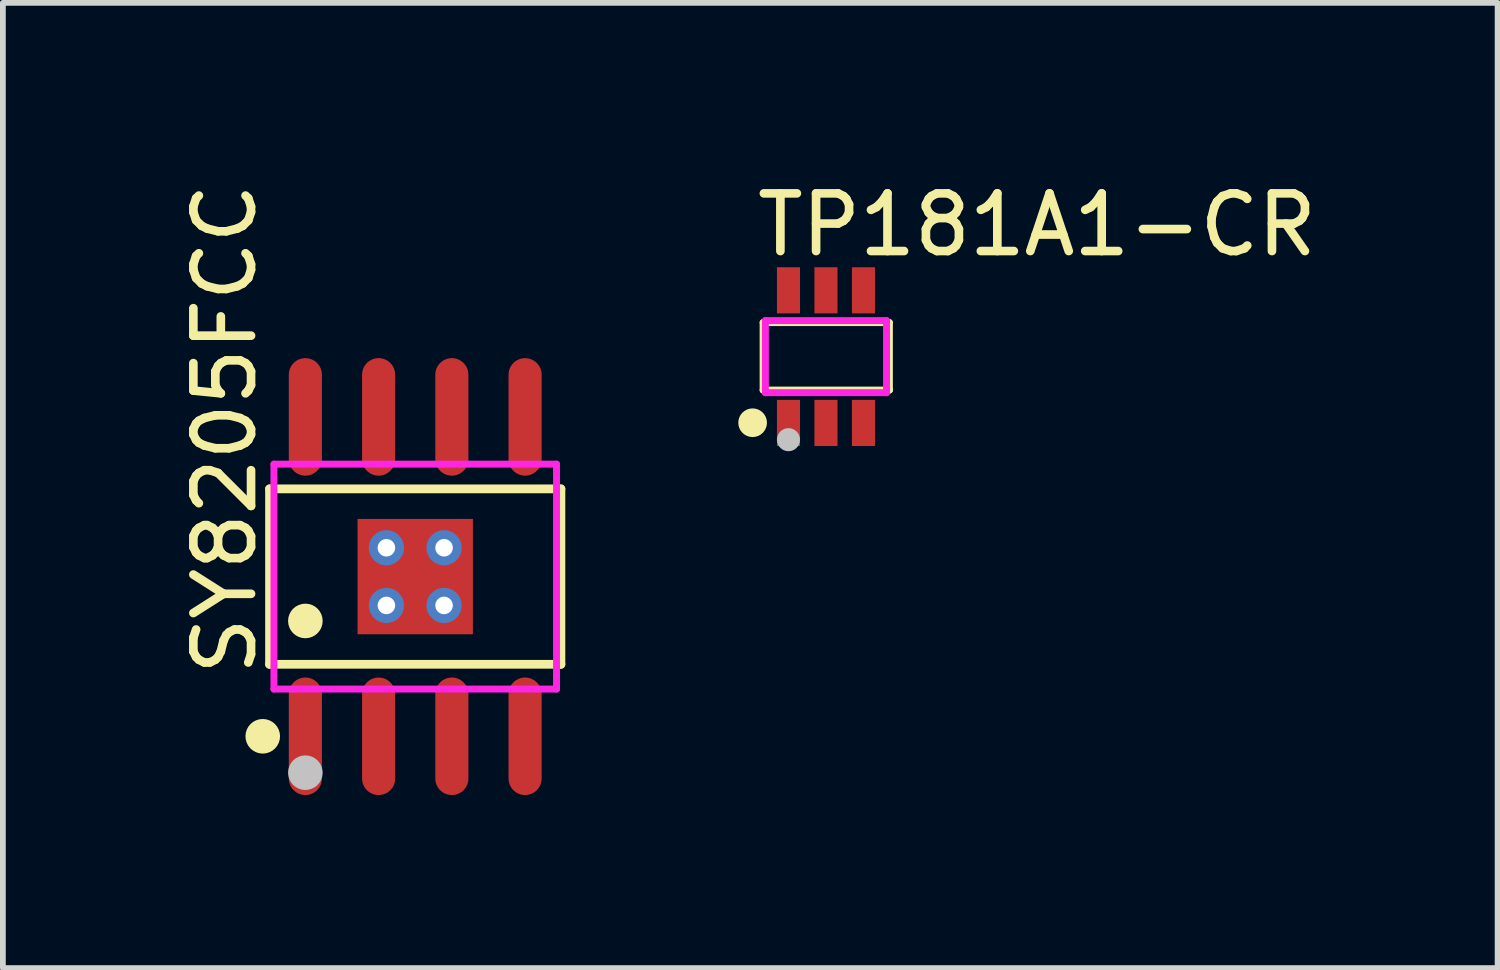
<source format=kicad_pcb>
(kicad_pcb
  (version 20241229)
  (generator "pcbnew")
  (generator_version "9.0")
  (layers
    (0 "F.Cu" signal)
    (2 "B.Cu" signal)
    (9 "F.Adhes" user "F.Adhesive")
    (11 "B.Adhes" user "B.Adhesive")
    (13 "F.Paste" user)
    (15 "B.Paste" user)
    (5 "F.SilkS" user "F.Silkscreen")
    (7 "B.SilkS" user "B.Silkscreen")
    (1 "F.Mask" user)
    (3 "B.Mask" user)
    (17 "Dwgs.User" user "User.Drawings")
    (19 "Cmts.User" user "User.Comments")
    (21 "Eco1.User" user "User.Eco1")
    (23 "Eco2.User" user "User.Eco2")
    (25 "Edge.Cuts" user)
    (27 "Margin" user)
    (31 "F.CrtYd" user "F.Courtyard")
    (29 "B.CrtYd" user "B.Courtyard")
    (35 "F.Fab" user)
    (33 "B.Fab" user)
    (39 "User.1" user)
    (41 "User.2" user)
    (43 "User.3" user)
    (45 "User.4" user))
  (footprint "TP181A1-CR"
    (layer "F.Cu")
    (at 11.272 3.134)
    (property "Reference" "TP181A1-CR" (at -1.27 -2.286 0) (layer "F.SilkS") (effects (font (size 1 1) (thickness 0.15)) (justify left)))
    (attr through_hole)
    (fp_line (start -1.09 -0.59) (end 1.1 -0.59) (stroke (width 0.12) (type solid)) (layer "F.SilkS"))
    (fp_line (start -1.09 0.58) (end -1.09 -0.59) (stroke (width 0.12) (type solid)) (layer "F.SilkS"))
    (fp_line (start -1.08 0.58) (end -1.09 0.58) (stroke (width 0.12) (type solid)) (layer "F.SilkS"))
    (fp_line (start 1.1 -0.59) (end 1.1 0.57) (stroke (width 0.12) (type solid)) (layer "F.SilkS"))
    (fp_line (start 1.1 0.57) (end 1.1 0.58) (stroke (width 0.12) (type solid)) (layer "F.SilkS"))
    (fp_line (start 1.1 0.58) (end -1.08 0.58) (stroke (width 0.12) (type solid)) (layer "F.SilkS"))
    (fp_arc (start -1.273 1.27) (mid -1.270265 1.021986) (end -1.270469 1.270015) (stroke (width 0.249) (type solid)) (layer "F.SilkS"))
    (fp_circle (center -0.65 1.44) (end -0.55 1.44) (stroke (width 0.2) (type solid)) (fill no) (layer "Dwgs.User"))
    (fp_line (start -0.775 -0.8) (end -0.525 -0.8) (stroke (width 0.12) (type solid)) (layer "Eco2.User"))
    (fp_line (start -0.775 -0.615) (end -0.775 -0.8) (stroke (width 0.12) (type solid)) (layer "Eco2.User"))
    (fp_line (start -0.775 0.615) (end -0.525 0.615) (stroke (width 0.12) (type solid)) (layer "Eco2.User"))
    (fp_line (start -0.775 0.8) (end -0.775 0.615) (stroke (width 0.12) (type solid)) (layer "Eco2.User"))
    (fp_line (start -0.525 -0.8) (end -0.525 -0.615) (stroke (width 0.12) (type solid)) (layer "Eco2.User"))
    (fp_line (start -0.525 -0.615) (end -0.775 -0.615) (stroke (width 0.12) (type solid)) (layer "Eco2.User"))
    (fp_line (start -0.525 0.615) (end -0.525 0.8) (stroke (width 0.12) (type solid)) (layer "Eco2.User"))
    (fp_line (start -0.525 0.8) (end -0.775 0.8) (stroke (width 0.12) (type solid)) (layer "Eco2.User"))
    (fp_line (start -0.125 -0.8) (end 0.125 -0.8) (stroke (width 0.12) (type solid)) (layer "Eco2.User"))
    (fp_line (start -0.125 -0.615) (end -0.125 -0.8) (stroke (width 0.12) (type solid)) (layer "Eco2.User"))
    (fp_line (start -0.125 0.615) (end 0.125 0.615) (stroke (width 0.12) (type solid)) (layer "Eco2.User"))
    (fp_line (start -0.125 0.8) (end -0.125 0.615) (stroke (width 0.12) (type solid)) (layer "Eco2.User"))
    (fp_line (start 0.125 -0.8) (end 0.125 -0.615) (stroke (width 0.12) (type solid)) (layer "Eco2.User"))
    (fp_line (start 0.125 -0.615) (end -0.125 -0.615) (stroke (width 0.12) (type solid)) (layer "Eco2.User"))
    (fp_line (start 0.125 0.615) (end 0.125 0.8) (stroke (width 0.12) (type solid)) (layer "Eco2.User"))
    (fp_line (start 0.125 0.8) (end -0.125 0.8) (stroke (width 0.12) (type solid)) (layer "Eco2.User"))
    (fp_line (start 0.525 -0.8) (end 0.775 -0.8) (stroke (width 0.12) (type solid)) (layer "Eco2.User"))
    (fp_line (start 0.525 -0.615) (end 0.525 -0.8) (stroke (width 0.12) (type solid)) (layer "Eco2.User"))
    (fp_line (start 0.525 0.615) (end 0.775 0.615) (stroke (width 0.12) (type solid)) (layer "Eco2.User"))
    (fp_line (start 0.525 0.8) (end 0.525 0.615) (stroke (width 0.12) (type solid)) (layer "Eco2.User"))
    (fp_line (start 0.775 -0.8) (end 0.775 -0.615) (stroke (width 0.12) (type solid)) (layer "Eco2.User"))
    (fp_line (start 0.775 -0.615) (end 0.525 -0.615) (stroke (width 0.12) (type solid)) (layer "Eco2.User"))
    (fp_line (start 0.775 0.615) (end 0.775 0.8) (stroke (width 0.12) (type solid)) (layer "Eco2.User"))
    (fp_line (start 0.775 0.8) (end 0.525 0.8) (stroke (width 0.12) (type solid)) (layer "Eco2.User"))
    (fp_circle (center -1.05 1.15) (end -1.02 1.15) (stroke (width 0.06) (type solid)) (fill no) (layer "Eco2.User"))
    (fp_poly (pts (xy -0.775 -0.79) (xy -0.775 -1.15) (xy -0.525 -1.15) (xy -0.525 -0.79)) (stroke (width 0.12) (type solid)) (fill no) (layer "Eco2.User"))
    (fp_poly (pts (xy -0.775 1.15) (xy -0.775 0.79) (xy -0.525 0.79) (xy -0.525 1.15)) (stroke (width 0.12) (type solid)) (fill no) (layer "Eco2.User"))
    (fp_poly (pts (xy -0.125 -0.79) (xy -0.125 -1.15) (xy 0.125 -1.15) (xy 0.125 -0.79)) (stroke (width 0.12) (type solid)) (fill no) (layer "Eco2.User"))
    (fp_poly (pts (xy 0.125 0.79) (xy 0.125 1.15) (xy -0.125 1.15) (xy -0.125 0.79)) (stroke (width 0.12) (type solid)) (fill no) (layer "Eco2.User"))
    (fp_poly (pts (xy 0.525 -0.79) (xy 0.525 -1.15) (xy 0.775 -1.15) (xy 0.775 -0.79)) (stroke (width 0.12) (type solid)) (fill no) (layer "Eco2.User"))
    (fp_poly (pts (xy 0.525 1.15) (xy 0.525 0.79) (xy 0.775 0.79) (xy 0.775 1.15)) (stroke (width 0.12) (type solid)) (fill no) (layer "Eco2.User"))
    (fp_line (start -1.05 -0.625) (end 1.05 -0.625) (stroke (width 0.12) (type solid)) (layer "F.CrtYd"))
    (fp_line (start -1.05 0.625) (end -1.05 -0.625) (stroke (width 0.12) (type solid)) (layer "F.CrtYd"))
    (fp_line (start 1.05 -0.625) (end 1.05 0.625) (stroke (width 0.12) (type solid)) (layer "F.CrtYd"))
    (fp_line (start 1.05 0.625) (end -1.05 0.625) (stroke (width 0.12) (type solid)) (layer "F.CrtYd"))
    (pad "1" smd rect (at -0.65 1.15) (size 0.4 0.8) (layers "F.Cu" "F.Mask" "F.Paste"))
    (pad "2" smd rect (at 0 1.15) (size 0.4 0.8) (layers "F.Cu" "F.Mask" "F.Paste"))
    (pad "3" smd rect (at 0.65 1.15) (size 0.4 0.8) (layers "F.Cu" "F.Mask" "F.Paste"))
    (pad "4" smd rect (at 0.65 -1.15) (size 0.4 0.8) (layers "F.Cu" "F.Mask" "F.Paste"))
    (pad "5" smd rect (at 0 -1.15 180) (size 0.4 0.8) (layers "F.Cu" "F.Mask" "F.Paste"))
    (pad "6" smd rect (at -0.65 -1.15) (size 0.4 0.8) (layers "F.Cu" "F.Mask" "F.Paste")))
  (footprint "SY8205FCC"
    (layer "F.Cu")
    (at 4.15 6.948)
    (property "Reference" "SY8205FCC" (at -3.302 1.778 90) (layer "F.SilkS") (effects (font (size 1 1) (thickness 0.15)) (justify left)))
    (attr through_hole)
    (fp_line (start -2.526 -1.521) (end 2.526 -1.521) (stroke (width 0.152) (type solid)) (layer "F.SilkS"))
    (fp_line (start -2.526 1.521) (end -2.526 -1.521) (stroke (width 0.152) (type solid)) (layer "F.SilkS"))
    (fp_line (start 2.526 -1.521) (end 2.526 1.521) (stroke (width 0.152) (type solid)) (layer "F.SilkS"))
    (fp_line (start 2.526 1.521) (end -2.526 1.521) (stroke (width 0.152) (type solid)) (layer "F.SilkS"))
    (fp_circle (center -2.644 2.769) (end -2.494 2.769) (stroke (width 0.3) (type solid)) (fill no) (layer "F.SilkS"))
    (fp_circle (center -1.905 0.769) (end -1.755 0.769) (stroke (width 0.3) (type solid)) (fill no) (layer "F.SilkS"))
    (fp_circle (center -1.905 3.4) (end -1.755 3.4) (stroke (width 0.3) (type solid)) (fill no) (layer "Dwgs.User"))
    (fp_line (start -2.11 -2.175) (end -2.11 -1.94) (stroke (width 0.12) (type solid)) (layer "Eco2.User"))
    (fp_line (start -2.11 -1.94) (end -1.7 -1.94) (stroke (width 0.12) (type solid)) (layer "Eco2.User"))
    (fp_line (start -2.11 1.94) (end -1.7 1.94) (stroke (width 0.12) (type solid)) (layer "Eco2.User"))
    (fp_line (start -2.11 2.175) (end -2.11 1.94) (stroke (width 0.12) (type solid)) (layer "Eco2.User"))
    (fp_line (start -1.7 -2.175) (end -2.11 -2.175) (stroke (width 0.12) (type solid)) (layer "Eco2.User"))
    (fp_line (start -1.7 -1.94) (end -1.7 -2.175) (stroke (width 0.12) (type solid)) (layer "Eco2.User"))
    (fp_line (start -1.7 1.94) (end -1.7 2.175) (stroke (width 0.12) (type solid)) (layer "Eco2.User"))
    (fp_line (start -1.7 2.175) (end -2.11 2.175) (stroke (width 0.12) (type solid)) (layer "Eco2.User"))
    (fp_line (start -0.84 -2.175) (end -0.84 -1.94) (stroke (width 0.12) (type solid)) (layer "Eco2.User"))
    (fp_line (start -0.84 -1.94) (end -0.43 -1.94) (stroke (width 0.12) (type solid)) (layer "Eco2.User"))
    (fp_line (start -0.84 1.94) (end -0.43 1.94) (stroke (width 0.12) (type solid)) (layer "Eco2.User"))
    (fp_line (start -0.84 2.175) (end -0.84 1.94) (stroke (width 0.12) (type solid)) (layer "Eco2.User"))
    (fp_line (start -0.43 -2.175) (end -0.84 -2.175) (stroke (width 0.12) (type solid)) (layer "Eco2.User"))
    (fp_line (start -0.43 -1.94) (end -0.43 -2.175) (stroke (width 0.12) (type solid)) (layer "Eco2.User"))
    (fp_line (start -0.43 1.94) (end -0.43 2.175) (stroke (width 0.12) (type solid)) (layer "Eco2.User"))
    (fp_line (start -0.43 2.175) (end -0.84 2.175) (stroke (width 0.12) (type solid)) (layer "Eco2.User"))
    (fp_line (start 0.43 -2.175) (end 0.43 -1.94) (stroke (width 0.12) (type solid)) (layer "Eco2.User"))
    (fp_line (start 0.43 -1.94) (end 0.84 -1.94) (stroke (width 0.12) (type solid)) (layer "Eco2.User"))
    (fp_line (start 0.43 1.94) (end 0.84 1.94) (stroke (width 0.12) (type solid)) (layer "Eco2.User"))
    (fp_line (start 0.43 2.175) (end 0.43 1.94) (stroke (width 0.12) (type solid)) (layer "Eco2.User"))
    (fp_line (start 0.84 -2.175) (end 0.43 -2.175) (stroke (width 0.12) (type solid)) (layer "Eco2.User"))
    (fp_line (start 0.84 -1.94) (end 0.84 -2.175) (stroke (width 0.12) (type solid)) (layer "Eco2.User"))
    (fp_line (start 0.84 1.94) (end 0.84 2.175) (stroke (width 0.12) (type solid)) (layer "Eco2.User"))
    (fp_line (start 0.84 2.175) (end 0.43 2.175) (stroke (width 0.12) (type solid)) (layer "Eco2.User"))
    (fp_line (start 1.7 -2.175) (end 1.7 -1.94) (stroke (width 0.12) (type solid)) (layer "Eco2.User"))
    (fp_line (start 1.7 -1.94) (end 2.11 -1.94) (stroke (width 0.12) (type solid)) (layer "Eco2.User"))
    (fp_line (start 1.7 1.94) (end 2.11 1.94) (stroke (width 0.12) (type solid)) (layer "Eco2.User"))
    (fp_line (start 1.7 2.175) (end 1.7 1.94) (stroke (width 0.12) (type solid)) (layer "Eco2.User"))
    (fp_line (start 2.11 -2.175) (end 1.7 -2.175) (stroke (width 0.12) (type solid)) (layer "Eco2.User"))
    (fp_line (start 2.11 -1.94) (end 2.11 -2.175) (stroke (width 0.12) (type solid)) (layer "Eco2.User"))
    (fp_line (start 2.11 1.94) (end 2.11 2.175) (stroke (width 0.12) (type solid)) (layer "Eco2.User"))
    (fp_line (start 2.11 2.175) (end 1.7 2.175) (stroke (width 0.12) (type solid)) (layer "Eco2.User"))
    (fp_circle (center -2.45 3) (end -2.42 3) (stroke (width 0.06) (type solid)) (fill no) (layer "Eco2.User"))
    (fp_poly (pts (xy -2.11 -3) (xy -2.11 -2.165) (xy -1.7 -2.165) (xy -1.7 -3)) (stroke (width 0.12) (type solid)) (fill no) (layer "Eco2.User"))
    (fp_poly (pts (xy -2.11 3) (xy -2.11 2.165) (xy -1.7 2.165) (xy -1.7 3)) (stroke (width 0.12) (type solid)) (fill no) (layer "Eco2.User"))
    (fp_poly (pts (xy -1 1) (xy -1 -1) (xy 1 -1) (xy 1 1)) (stroke (width 0.12) (type solid)) (fill no) (layer "Eco2.User"))
    (fp_poly (pts (xy -0.84 -3) (xy -0.84 -2.165) (xy -0.43 -2.165) (xy -0.43 -3)) (stroke (width 0.12) (type solid)) (fill no) (layer "Eco2.User"))
    (fp_poly (pts (xy -0.84 3) (xy -0.84 2.165) (xy -0.43 2.165) (xy -0.43 3)) (stroke (width 0.12) (type solid)) (fill no) (layer "Eco2.User"))
    (fp_poly (pts (xy 0.43 -3) (xy 0.43 -2.165) (xy 0.84 -2.165) (xy 0.84 -3)) (stroke (width 0.12) (type solid)) (fill no) (layer "Eco2.User"))
    (fp_poly (pts (xy 0.43 3) (xy 0.43 2.165) (xy 0.84 2.165) (xy 0.84 3)) (stroke (width 0.12) (type solid)) (fill no) (layer "Eco2.User"))
    (fp_poly (pts (xy 1.7 -3) (xy 1.7 -2.165) (xy 2.11 -2.165) (xy 2.11 -3)) (stroke (width 0.12) (type solid)) (fill no) (layer "Eco2.User"))
    (fp_poly (pts (xy 1.7 3) (xy 1.7 2.165) (xy 2.11 2.165) (xy 2.11 3)) (stroke (width 0.12) (type solid)) (fill no) (layer "Eco2.User"))
    (fp_line (start -2.45 -1.95) (end 2.45 -1.95) (stroke (width 0.12) (type solid)) (layer "F.CrtYd"))
    (fp_line (start -2.45 1.95) (end -2.45 -1.95) (stroke (width 0.12) (type solid)) (layer "F.CrtYd"))
    (fp_line (start 2.45 -1.95) (end 2.45 1.95) (stroke (width 0.12) (type solid)) (layer "F.CrtYd"))
    (fp_line (start 2.45 1.95) (end -2.45 1.95) (stroke (width 0.12) (type solid)) (layer "F.CrtYd"))
    (pad "" thru_hole circle (at -0.5 -0.5) (size 0.61 0.61) (drill 0.304) (layers "*.Cu" "*.Mask"))
    (pad "" thru_hole circle (at -0.5 0.5) (size 0.61 0.61) (drill 0.304) (layers "*.Cu" "*.Mask"))
    (pad "" thru_hole circle (at 0.5 -0.5) (size 0.61 0.61) (drill 0.304) (layers "*.Cu" "*.Mask"))
    (pad "" thru_hole circle (at 0.5 0.5) (size 0.61 0.61) (drill 0.304) (layers "*.Cu" "*.Mask"))
    (pad "1" smd oval (at -1.905 2.769) (size 0.574 2.038) (layers "F.Cu" "F.Mask" "F.Paste"))
    (pad "2" smd oval (at -0.635 2.769) (size 0.574 2.038) (layers "F.Cu" "F.Mask" "F.Paste"))
    (pad "3" smd oval (at 0.635 2.769) (size 0.574 2.038) (layers "F.Cu" "F.Mask" "F.Paste"))
    (pad "4" smd oval (at 1.905 2.769) (size 0.574 2.038) (layers "F.Cu" "F.Mask" "F.Paste"))
    (pad "5" smd oval (at 1.905 -2.769) (size 0.574 2.038) (layers "F.Cu" "F.Mask" "F.Paste"))
    (pad "6" smd oval (at 0.635 -2.769) (size 0.574 2.038) (layers "F.Cu" "F.Mask" "F.Paste"))
    (pad "7" smd oval (at -0.635 -2.769) (size 0.574 2.038) (layers "F.Cu" "F.Mask" "F.Paste"))
    (pad "8" smd oval (at -1.905 -2.769) (size 0.574 2.038) (layers "F.Cu" "F.Mask" "F.Paste"))
    (pad "9" smd rect (at 0 0) (size 2 2) (layers "F.Cu" "F.Mask" "F.Paste")))
  (gr_rect
    (start -3 -3)
    (end 22.918 13.736)
    (stroke (width 0.1) (type default))
    (fill no)
    (layer "Edge.Cuts")))
</source>
